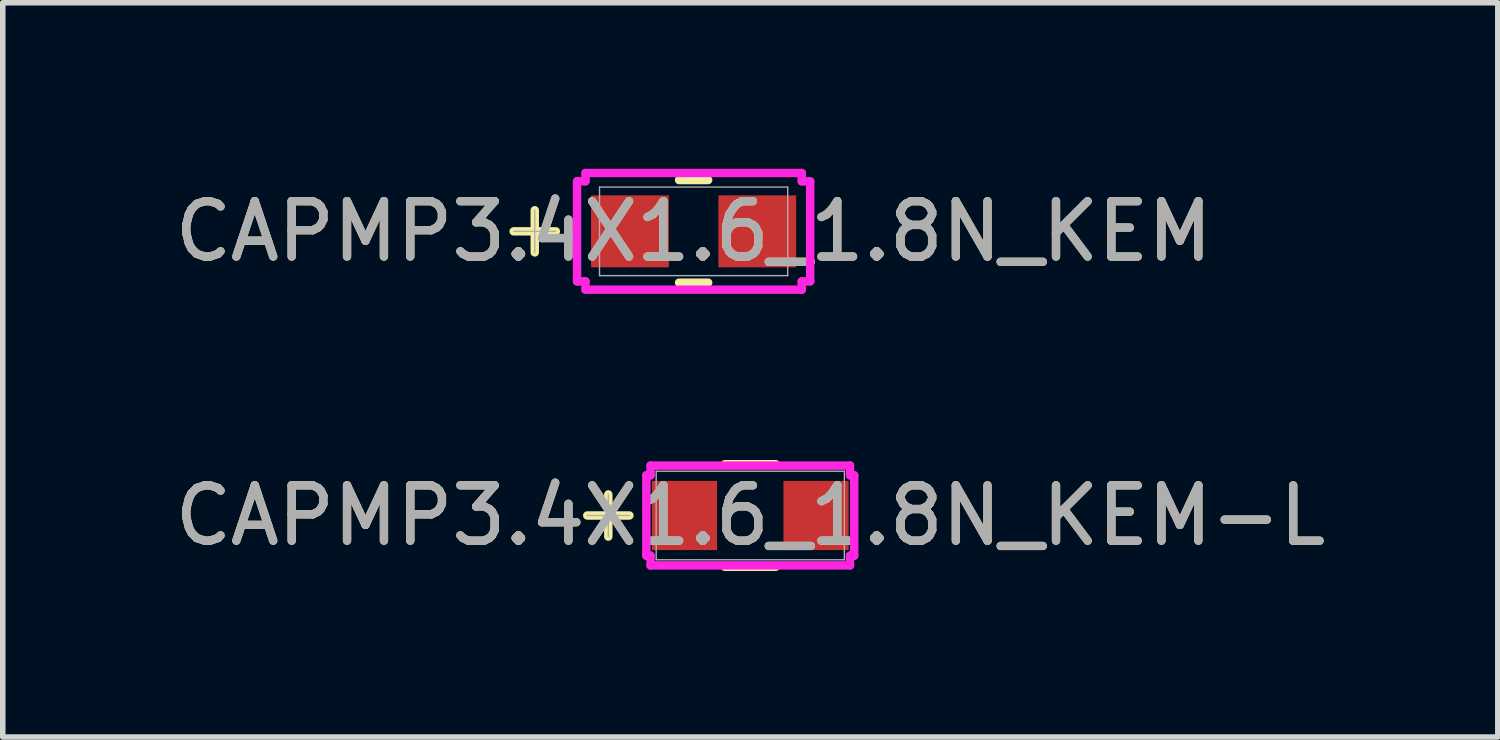
<source format=kicad_pcb>
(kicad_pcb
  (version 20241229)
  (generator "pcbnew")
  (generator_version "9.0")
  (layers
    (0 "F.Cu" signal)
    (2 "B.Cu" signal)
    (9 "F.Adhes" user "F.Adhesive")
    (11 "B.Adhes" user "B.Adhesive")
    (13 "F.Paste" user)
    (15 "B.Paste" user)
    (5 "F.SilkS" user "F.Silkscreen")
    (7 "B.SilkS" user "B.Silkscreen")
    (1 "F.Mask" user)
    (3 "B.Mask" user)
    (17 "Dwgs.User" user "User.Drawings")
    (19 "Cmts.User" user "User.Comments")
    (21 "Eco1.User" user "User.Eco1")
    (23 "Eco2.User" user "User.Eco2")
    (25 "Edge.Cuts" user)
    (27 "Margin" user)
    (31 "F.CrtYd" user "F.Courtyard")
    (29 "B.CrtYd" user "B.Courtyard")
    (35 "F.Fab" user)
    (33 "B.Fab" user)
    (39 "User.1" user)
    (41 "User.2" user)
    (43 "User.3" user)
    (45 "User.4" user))
  (footprint "CAPMP3.4X1.6_1.8N_KEM"
    (layer "F.Cu")
    (at 9.482 1.13)
    (property "Reference" "CAPMP3.4X1.6_1.8N_KEM" (at 0 0 0) (unlocked yes) (layer "F.SilkS") (effects (font (size 1 1) (thickness 0.15))))
    (attr smd)
    (fp_line (start -2.87 -0.381) (end -2.87 0.381) (stroke (width 0.152) (type solid)) (layer "F.SilkS"))
    (fp_line (start -2.489 0) (end -3.251 0) (stroke (width 0.152) (type solid)) (layer "F.SilkS"))
    (fp_line (start -0.263 0.927) (end 0.263 0.927) (stroke (width 0.152) (type solid)) (layer "F.SilkS"))
    (fp_line (start 0.263 -0.927) (end -0.263 -0.927) (stroke (width 0.152) (type solid)) (layer "F.SilkS"))
    (fp_line (start -2.106 -0.904) (end -1.954 -0.904) (stroke (width 0.152) (type solid)) (layer "F.CrtYd"))
    (fp_line (start -2.106 0.904) (end -2.106 -0.904) (stroke (width 0.152) (type solid)) (layer "F.CrtYd"))
    (fp_line (start -1.954 -1.054) (end 1.954 -1.054) (stroke (width 0.152) (type solid)) (layer "F.CrtYd"))
    (fp_line (start -1.954 -0.904) (end -1.954 -1.054) (stroke (width 0.152) (type solid)) (layer "F.CrtYd"))
    (fp_line (start -1.954 0.904) (end -2.106 0.904) (stroke (width 0.152) (type solid)) (layer "F.CrtYd"))
    (fp_line (start -1.954 1.054) (end -1.954 0.904) (stroke (width 0.152) (type solid)) (layer "F.CrtYd"))
    (fp_line (start 1.954 -1.054) (end 1.954 -0.904) (stroke (width 0.152) (type solid)) (layer "F.CrtYd"))
    (fp_line (start 1.954 -0.904) (end 2.106 -0.904) (stroke (width 0.152) (type solid)) (layer "F.CrtYd"))
    (fp_line (start 1.954 0.904) (end 1.954 1.054) (stroke (width 0.152) (type solid)) (layer "F.CrtYd"))
    (fp_line (start 1.954 1.054) (end -1.954 1.054) (stroke (width 0.152) (type solid)) (layer "F.CrtYd"))
    (fp_line (start 2.106 -0.904) (end 2.106 0.904) (stroke (width 0.152) (type solid)) (layer "F.CrtYd"))
    (fp_line (start 2.106 0.904) (end 1.954 0.904) (stroke (width 0.152) (type solid)) (layer "F.CrtYd"))
    (fp_line (start -2.87 -0.381) (end -2.87 0.381) (stroke (width 0.025) (type solid)) (layer "F.Fab"))
    (fp_line (start -2.489 0) (end -3.251 0) (stroke (width 0.025) (type solid)) (layer "F.Fab"))
    (fp_line (start -1.7 -0.8) (end -1.7 0.8) (stroke (width 0.025) (type solid)) (layer "F.Fab"))
    (fp_line (start -1.7 0.8) (end 1.7 0.8) (stroke (width 0.025) (type solid)) (layer "F.Fab"))
    (fp_line (start 1.7 -0.8) (end -1.7 -0.8) (stroke (width 0.025) (type solid)) (layer "F.Fab"))
    (fp_line (start 1.7 0.8) (end 1.7 -0.8) (stroke (width 0.025) (type solid)) (layer "F.Fab"))
    (fp_text user "${REFERENCE}" (at 0 0 0) (unlocked yes) (layer "F.Fab") (effects (font (size 1 1) (thickness 0.15))))
    (pad "1" smd rect (at -1.15 0 90) (size 1.3 1.405) (layers "F.Cu" "F.Mask" "F.Paste"))
    (pad "2" smd rect (at 1.15 0 90) (size 1.3 1.405) (layers "F.Cu" "F.Mask" "F.Paste"))
    (zone (net_name "") (layer "F.Cu") (hatch full 0.508) (connect_pads) (min_thickness 0.254) (filled_areas_thickness no) (keepout (tracks not_allowed) (vias not_allowed) (pads allowed) (copperpour not_allowed) (footprints allowed)) (placement (enabled no)) (fill) (polygon (pts (xy 7.833 0.381) (xy 11.131 0.381) (xy 11.131 0.429) (xy 7.833 0.429))))
    (zone (net_name "") (layer "F.Cu") (hatch full 0.508) (connect_pads) (min_thickness 0.254) (filled_areas_thickness no) (keepout (tracks not_allowed) (vias not_allowed) (pads allowed) (copperpour not_allowed) (footprints allowed)) (placement (enabled no)) (fill) (polygon (pts (xy 7.833 1.831) (xy 11.131 1.831) (xy 11.131 1.879) (xy 7.833 1.879))))
    (zone (net_name "") (layer "F.Cu") (hatch full 0.508) (connect_pads) (min_thickness 0.254) (filled_areas_thickness no) (keepout (tracks not_allowed) (vias not_allowed) (pads allowed) (copperpour not_allowed) (footprints allowed)) (placement (enabled no)) (fill) (polygon (pts (xy 9.086 0.429) (xy 9.878 0.429) (xy 9.878 1.831) (xy 9.086 1.831)))))
  (footprint "CAPMP3.4X1.6_1.8N_KEM-L"
    (layer "F.Cu")
    (at 10.506 6.264)
    (property "Reference" "CAPMP3.4X1.6_1.8N_KEM-L" (at 0 0 0) (unlocked yes) (layer "F.SilkS") (effects (font (size 1 1) (thickness 0.15))))
    (attr smd)
    (fp_line (start -2.565 -0.381) (end -2.565 0.381) (stroke (width 0.152) (type solid)) (layer "F.SilkS"))
    (fp_line (start -2.184 0) (end -2.946 0) (stroke (width 0.152) (type solid)) (layer "F.SilkS"))
    (fp_line (start -0.46 0.927) (end 0.46 0.927) (stroke (width 0.152) (type solid)) (layer "F.SilkS"))
    (fp_line (start 0.46 -0.927) (end -0.46 -0.927) (stroke (width 0.152) (type solid)) (layer "F.SilkS"))
    (fp_line (start -1.878 -0.726) (end -1.802 -0.726) (stroke (width 0.152) (type solid)) (layer "F.CrtYd"))
    (fp_line (start -1.878 0.726) (end -1.878 -0.726) (stroke (width 0.152) (type solid)) (layer "F.CrtYd"))
    (fp_line (start -1.802 -0.902) (end 1.802 -0.902) (stroke (width 0.152) (type solid)) (layer "F.CrtYd"))
    (fp_line (start -1.802 -0.726) (end -1.802 -0.902) (stroke (width 0.152) (type solid)) (layer "F.CrtYd"))
    (fp_line (start -1.802 0.726) (end -1.878 0.726) (stroke (width 0.152) (type solid)) (layer "F.CrtYd"))
    (fp_line (start -1.802 0.902) (end -1.802 0.726) (stroke (width 0.152) (type solid)) (layer "F.CrtYd"))
    (fp_line (start 1.802 -0.902) (end 1.802 -0.726) (stroke (width 0.152) (type solid)) (layer "F.CrtYd"))
    (fp_line (start 1.802 -0.726) (end 1.878 -0.726) (stroke (width 0.152) (type solid)) (layer "F.CrtYd"))
    (fp_line (start 1.802 0.726) (end 1.802 0.902) (stroke (width 0.152) (type solid)) (layer "F.CrtYd"))
    (fp_line (start 1.802 0.902) (end -1.802 0.902) (stroke (width 0.152) (type solid)) (layer "F.CrtYd"))
    (fp_line (start 1.878 -0.726) (end 1.878 0.726) (stroke (width 0.152) (type solid)) (layer "F.CrtYd"))
    (fp_line (start 1.878 0.726) (end 1.802 0.726) (stroke (width 0.152) (type solid)) (layer "F.CrtYd"))
    (fp_line (start -2.565 -0.381) (end -2.565 0.381) (stroke (width 0.025) (type solid)) (layer "F.Fab"))
    (fp_line (start -2.184 0) (end -2.946 0) (stroke (width 0.025) (type solid)) (layer "F.Fab"))
    (fp_line (start -1.7 -0.8) (end -1.7 0.8) (stroke (width 0.025) (type solid)) (layer "F.Fab"))
    (fp_line (start -1.7 0.8) (end 1.7 0.8) (stroke (width 0.025) (type solid)) (layer "F.Fab"))
    (fp_line (start 1.7 -0.8) (end -1.7 -0.8) (stroke (width 0.025) (type solid)) (layer "F.Fab"))
    (fp_line (start 1.7 0.8) (end 1.7 -0.8) (stroke (width 0.025) (type solid)) (layer "F.Fab"))
    (fp_text user "${REFERENCE}" (at 0 0 0) (unlocked yes) (layer "F.Fab") (effects (font (size 1 1) (thickness 0.15))))
    (pad "1" smd rect (at -1.188 0 90) (size 1.249 1.177) (layers "F.Cu" "F.Mask" "F.Paste"))
    (pad "2" smd rect (at 1.188 0 90) (size 1.249 1.177) (layers "F.Cu" "F.Mask" "F.Paste"))
    (zone (net_name "") (layer "F.Cu") (hatch full 0.508) (connect_pads) (min_thickness 0.254) (filled_areas_thickness no) (keepout (tracks not_allowed) (vias not_allowed) (pads allowed) (copperpour not_allowed) (footprints allowed)) (placement (enabled no)) (fill) (polygon (pts (xy 8.857 5.514) (xy 12.155 5.514) (xy 12.155 5.563) (xy 8.857 5.563))))
    (zone (net_name "") (layer "F.Cu") (hatch full 0.508) (connect_pads) (min_thickness 0.254) (filled_areas_thickness no) (keepout (tracks not_allowed) (vias not_allowed) (pads allowed) (copperpour not_allowed) (footprints allowed)) (placement (enabled no)) (fill) (polygon (pts (xy 8.857 6.964) (xy 12.155 6.964) (xy 12.155 7.013) (xy 8.857 7.013))))
    (zone (net_name "") (layer "F.Cu") (hatch full 0.508) (connect_pads) (min_thickness 0.254) (filled_areas_thickness no) (keepout (tracks not_allowed) (vias not_allowed) (pads allowed) (copperpour not_allowed) (footprints allowed)) (placement (enabled no)) (fill) (polygon (pts (xy 9.958 5.563) (xy 11.054 5.563) (xy 11.054 6.964) (xy 9.958 6.964)))))
  (gr_rect
    (start -3 -3)
    (end 24.012 10.267)
    (stroke (width 0.1) (type default))
    (fill no)
    (layer "Edge.Cuts")))
</source>
